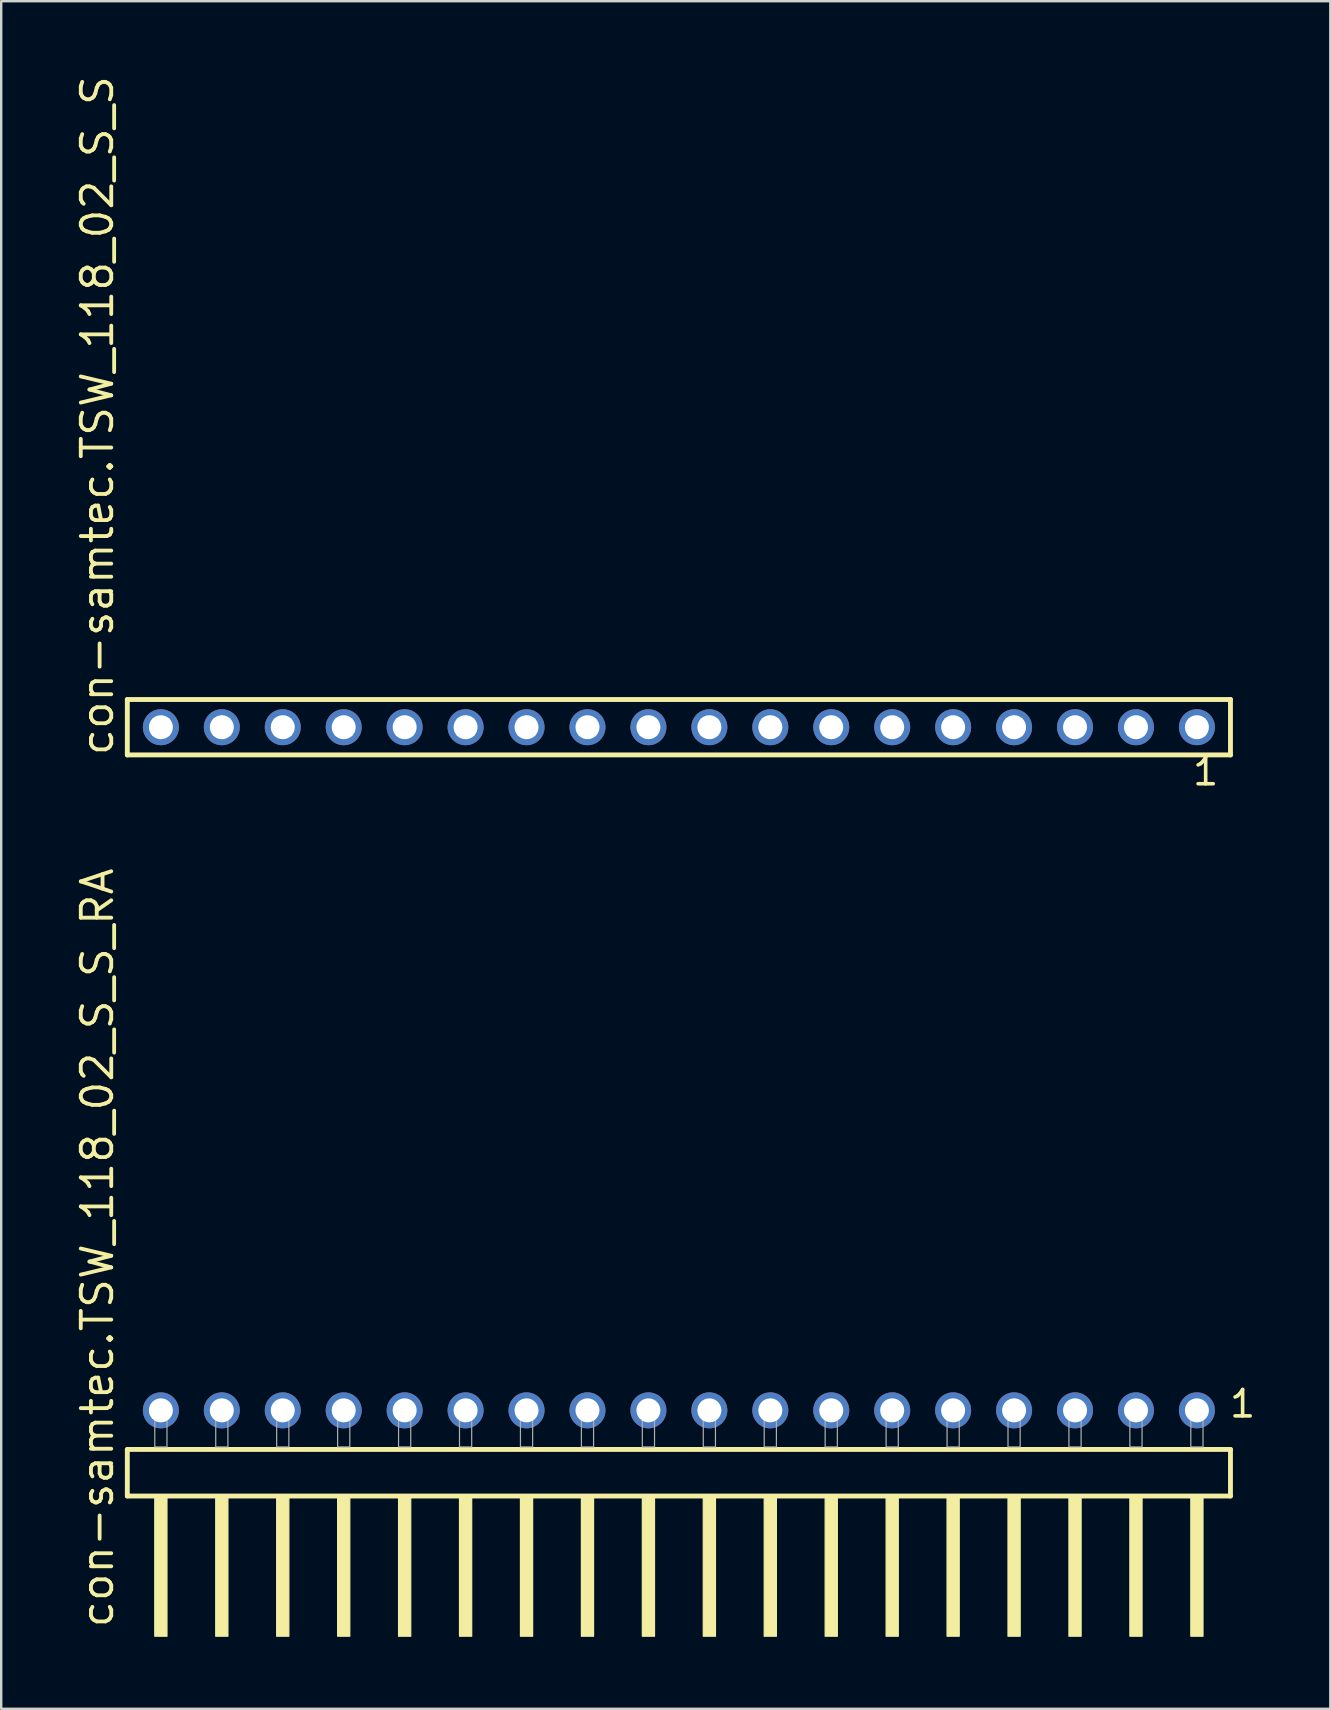
<source format=kicad_pcb>
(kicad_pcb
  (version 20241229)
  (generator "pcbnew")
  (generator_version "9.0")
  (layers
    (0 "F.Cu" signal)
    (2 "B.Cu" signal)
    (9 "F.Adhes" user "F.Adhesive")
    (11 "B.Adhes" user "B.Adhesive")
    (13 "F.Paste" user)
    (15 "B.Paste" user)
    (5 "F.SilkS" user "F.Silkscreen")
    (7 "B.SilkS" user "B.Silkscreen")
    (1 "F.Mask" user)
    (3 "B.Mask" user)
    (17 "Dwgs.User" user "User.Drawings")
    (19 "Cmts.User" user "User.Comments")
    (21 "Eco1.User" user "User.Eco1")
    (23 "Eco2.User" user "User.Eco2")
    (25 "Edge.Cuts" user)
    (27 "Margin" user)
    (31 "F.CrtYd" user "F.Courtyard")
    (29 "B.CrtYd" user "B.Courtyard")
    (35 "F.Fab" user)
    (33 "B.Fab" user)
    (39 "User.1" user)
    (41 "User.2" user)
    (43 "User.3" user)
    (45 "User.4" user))
  (footprint "con-samtec.TSW_118_02_S_S_RA"
    (layer "F.Cu")
    (at 25.245 57.255)
    (property "Reference" "con-samtec.TSW_118_02_S_S_RA" (at -23.495 7.62 90) (layer "F.SilkS") (effects (font (size 1.27 1.27) (thickness 0.16)) (justify left bottom)))
    (attr through_hole)
    (fp_line (start -22.989 0.106) (end -22.989 2.046) (stroke (width 0.203) (type default)) (layer "F.SilkS"))
    (fp_line (start -22.989 2.046) (end 22.989 2.046) (stroke (width 0.203) (type default)) (layer "F.SilkS"))
    (fp_line (start 22.989 0.106) (end -22.989 0.106) (stroke (width 0.203) (type default)) (layer "F.SilkS"))
    (fp_line (start 22.989 2.046) (end 22.989 0.106) (stroke (width 0.203) (type default)) (layer "F.SilkS"))
    (fp_rect (start -21.844 7.89) (end -21.336 2.04) (stroke (width 0.05) (type default)) (fill yes) (layer "F.SilkS"))
    (fp_rect (start -19.304 7.89) (end -18.796 2.04) (stroke (width 0.05) (type default)) (fill yes) (layer "F.SilkS"))
    (fp_rect (start -16.764 7.89) (end -16.256 2.04) (stroke (width 0.05) (type default)) (fill yes) (layer "F.SilkS"))
    (fp_rect (start -14.224 7.89) (end -13.716 2.04) (stroke (width 0.05) (type default)) (fill yes) (layer "F.SilkS"))
    (fp_rect (start -11.684 7.89) (end -11.176 2.04) (stroke (width 0.05) (type default)) (fill yes) (layer "F.SilkS"))
    (fp_rect (start -9.144 7.89) (end -8.636 2.04) (stroke (width 0.05) (type default)) (fill yes) (layer "F.SilkS"))
    (fp_rect (start -6.604 7.89) (end -6.096 2.04) (stroke (width 0.05) (type default)) (fill yes) (layer "F.SilkS"))
    (fp_rect (start -4.064 7.89) (end -3.556 2.04) (stroke (width 0.05) (type default)) (fill yes) (layer "F.SilkS"))
    (fp_rect (start -1.524 7.89) (end -1.016 2.04) (stroke (width 0.05) (type default)) (fill yes) (layer "F.SilkS"))
    (fp_rect (start 1.016 7.89) (end 1.524 2.04) (stroke (width 0.05) (type default)) (fill yes) (layer "F.SilkS"))
    (fp_rect (start 3.556 7.89) (end 4.064 2.04) (stroke (width 0.05) (type default)) (fill yes) (layer "F.SilkS"))
    (fp_rect (start 6.096 7.89) (end 6.604 2.04) (stroke (width 0.05) (type default)) (fill yes) (layer "F.SilkS"))
    (fp_rect (start 8.636 7.89) (end 9.144 2.04) (stroke (width 0.05) (type default)) (fill yes) (layer "F.SilkS"))
    (fp_rect (start 11.176 7.89) (end 11.684 2.04) (stroke (width 0.05) (type default)) (fill yes) (layer "F.SilkS"))
    (fp_rect (start 13.716 7.89) (end 14.224 2.04) (stroke (width 0.05) (type default)) (fill yes) (layer "F.SilkS"))
    (fp_rect (start 16.256 7.89) (end 16.764 2.04) (stroke (width 0.05) (type default)) (fill yes) (layer "F.SilkS"))
    (fp_rect (start 18.796 7.89) (end 19.304 2.04) (stroke (width 0.05) (type default)) (fill yes) (layer "F.SilkS"))
    (fp_rect (start 21.336 7.89) (end 21.844 2.04) (stroke (width 0.05) (type default)) (fill yes) (layer "F.SilkS"))
    (fp_rect (start -21.844 0) (end -21.336 -1.778) (stroke (width 0.05) (type default)) (fill no) (layer "F.Fab"))
    (fp_rect (start -19.304 0) (end -18.796 -1.778) (stroke (width 0.05) (type default)) (fill no) (layer "F.Fab"))
    (fp_rect (start -16.764 0) (end -16.256 -1.778) (stroke (width 0.05) (type default)) (fill no) (layer "F.Fab"))
    (fp_rect (start -14.224 0) (end -13.716 -1.778) (stroke (width 0.05) (type default)) (fill no) (layer "F.Fab"))
    (fp_rect (start -11.684 0) (end -11.176 -1.778) (stroke (width 0.05) (type default)) (fill no) (layer "F.Fab"))
    (fp_rect (start -9.144 0) (end -8.636 -1.778) (stroke (width 0.05) (type default)) (fill no) (layer "F.Fab"))
    (fp_rect (start -6.604 0) (end -6.096 -1.778) (stroke (width 0.05) (type default)) (fill no) (layer "F.Fab"))
    (fp_rect (start -4.064 0) (end -3.556 -1.778) (stroke (width 0.05) (type default)) (fill no) (layer "F.Fab"))
    (fp_rect (start -1.524 0) (end -1.016 -1.778) (stroke (width 0.05) (type default)) (fill no) (layer "F.Fab"))
    (fp_rect (start 1.016 0) (end 1.524 -1.778) (stroke (width 0.05) (type default)) (fill no) (layer "F.Fab"))
    (fp_rect (start 3.556 0) (end 4.064 -1.778) (stroke (width 0.05) (type default)) (fill no) (layer "F.Fab"))
    (fp_rect (start 6.096 0) (end 6.604 -1.778) (stroke (width 0.05) (type default)) (fill no) (layer "F.Fab"))
    (fp_rect (start 8.636 0) (end 9.144 -1.778) (stroke (width 0.05) (type default)) (fill no) (layer "F.Fab"))
    (fp_rect (start 11.176 0) (end 11.684 -1.778) (stroke (width 0.05) (type default)) (fill no) (layer "F.Fab"))
    (fp_rect (start 13.716 0) (end 14.224 -1.778) (stroke (width 0.05) (type default)) (fill no) (layer "F.Fab"))
    (fp_rect (start 16.256 0) (end 16.764 -1.778) (stroke (width 0.05) (type default)) (fill no) (layer "F.Fab"))
    (fp_rect (start 18.796 0) (end 19.304 -1.778) (stroke (width 0.05) (type default)) (fill no) (layer "F.Fab"))
    (fp_rect (start 21.336 0) (end 21.844 -1.778) (stroke (width 0.05) (type default)) (fill no) (layer "F.Fab"))
    (fp_text user "1" (at 22.872 -1.152 0) (layer "F.SilkS") (effects (font (size 1.1 1.1) (thickness 0.15)) (justify left bottom)))
    (pad "1" thru_hole circle (at 21.59 -1.524 180) (size 1.5 1.5) (drill 1) (layers "*.Cu" "*.Mask"))
    (pad "2" thru_hole circle (at 19.05 -1.524 180) (size 1.5 1.5) (drill 1) (layers "*.Cu" "*.Mask"))
    (pad "3" thru_hole circle (at 16.51 -1.524 180) (size 1.5 1.5) (drill 1) (layers "*.Cu" "*.Mask"))
    (pad "4" thru_hole circle (at 13.97 -1.524 180) (size 1.5 1.5) (drill 1) (layers "*.Cu" "*.Mask"))
    (pad "5" thru_hole circle (at 11.43 -1.524 180) (size 1.5 1.5) (drill 1) (layers "*.Cu" "*.Mask"))
    (pad "6" thru_hole circle (at 8.89 -1.524 180) (size 1.5 1.5) (drill 1) (layers "*.Cu" "*.Mask"))
    (pad "7" thru_hole circle (at 6.35 -1.524 180) (size 1.5 1.5) (drill 1) (layers "*.Cu" "*.Mask"))
    (pad "8" thru_hole circle (at 3.81 -1.524 180) (size 1.5 1.5) (drill 1) (layers "*.Cu" "*.Mask"))
    (pad "9" thru_hole circle (at 1.27 -1.524 180) (size 1.5 1.5) (drill 1) (layers "*.Cu" "*.Mask"))
    (pad "10" thru_hole circle (at -1.27 -1.524 180) (size 1.5 1.5) (drill 1) (layers "*.Cu" "*.Mask"))
    (pad "11" thru_hole circle (at -3.81 -1.524 180) (size 1.5 1.5) (drill 1) (layers "*.Cu" "*.Mask"))
    (pad "12" thru_hole circle (at -6.35 -1.524 180) (size 1.5 1.5) (drill 1) (layers "*.Cu" "*.Mask"))
    (pad "13" thru_hole circle (at -8.89 -1.524 180) (size 1.5 1.5) (drill 1) (layers "*.Cu" "*.Mask"))
    (pad "14" thru_hole circle (at -11.43 -1.524 180) (size 1.5 1.5) (drill 1) (layers "*.Cu" "*.Mask"))
    (pad "15" thru_hole circle (at -13.97 -1.524 180) (size 1.5 1.5) (drill 1) (layers "*.Cu" "*.Mask"))
    (pad "16" thru_hole circle (at -16.51 -1.524 180) (size 1.5 1.5) (drill 1) (layers "*.Cu" "*.Mask"))
    (pad "17" thru_hole circle (at -19.05 -1.524 180) (size 1.5 1.5) (drill 1) (layers "*.Cu" "*.Mask"))
    (pad "18" thru_hole circle (at -21.59 -1.524 180) (size 1.5 1.5) (drill 1) (layers "*.Cu" "*.Mask")))
  (footprint "con-samtec.TSW_118_02_S_S"
    (layer "F.Cu")
    (at 25.245 27.259)
    (property "Reference" "con-samtec.TSW_118_02_S_S" (at -23.495 1.27 90) (layer "F.SilkS") (effects (font (size 1.27 1.27) (thickness 0.16)) (justify left bottom)))
    (attr through_hole)
    (fp_line (start -22.989 -1.155) (end 22.989 -1.155) (stroke (width 0.203) (type default)) (layer "F.SilkS"))
    (fp_line (start -22.989 1.155) (end -22.989 -1.155) (stroke (width 0.203) (type default)) (layer "F.SilkS"))
    (fp_line (start 22.989 -1.155) (end 22.989 1.155) (stroke (width 0.203) (type default)) (layer "F.SilkS"))
    (fp_line (start 22.989 1.155) (end -22.989 1.155) (stroke (width 0.203) (type default)) (layer "F.SilkS"))
    (fp_rect (start -21.94 0.35) (end -21.24 -0.35) (stroke (width 0.05) (type default)) (fill no) (layer "F.Fab"))
    (fp_rect (start -19.4 0.35) (end -18.7 -0.35) (stroke (width 0.05) (type default)) (fill no) (layer "F.Fab"))
    (fp_rect (start -16.86 0.35) (end -16.16 -0.35) (stroke (width 0.05) (type default)) (fill no) (layer "F.Fab"))
    (fp_rect (start -14.32 0.35) (end -13.62 -0.35) (stroke (width 0.05) (type default)) (fill no) (layer "F.Fab"))
    (fp_rect (start -11.78 0.35) (end -11.08 -0.35) (stroke (width 0.05) (type default)) (fill no) (layer "F.Fab"))
    (fp_rect (start -9.24 0.35) (end -8.54 -0.35) (stroke (width 0.05) (type default)) (fill no) (layer "F.Fab"))
    (fp_rect (start -6.7 0.35) (end -6 -0.35) (stroke (width 0.05) (type default)) (fill no) (layer "F.Fab"))
    (fp_rect (start -4.16 0.35) (end -3.46 -0.35) (stroke (width 0.05) (type default)) (fill no) (layer "F.Fab"))
    (fp_rect (start -1.62 0.35) (end -0.92 -0.35) (stroke (width 0.05) (type default)) (fill no) (layer "F.Fab"))
    (fp_rect (start 0.92 0.35) (end 1.62 -0.35) (stroke (width 0.05) (type default)) (fill no) (layer "F.Fab"))
    (fp_rect (start 3.46 0.35) (end 4.16 -0.35) (stroke (width 0.05) (type default)) (fill no) (layer "F.Fab"))
    (fp_rect (start 6 0.35) (end 6.7 -0.35) (stroke (width 0.05) (type default)) (fill no) (layer "F.Fab"))
    (fp_rect (start 8.54 0.35) (end 9.24 -0.35) (stroke (width 0.05) (type default)) (fill no) (layer "F.Fab"))
    (fp_rect (start 11.08 0.35) (end 11.78 -0.35) (stroke (width 0.05) (type default)) (fill no) (layer "F.Fab"))
    (fp_rect (start 13.62 0.35) (end 14.32 -0.35) (stroke (width 0.05) (type default)) (fill no) (layer "F.Fab"))
    (fp_rect (start 16.16 0.35) (end 16.86 -0.35) (stroke (width 0.05) (type default)) (fill no) (layer "F.Fab"))
    (fp_rect (start 18.7 0.35) (end 19.4 -0.35) (stroke (width 0.05) (type default)) (fill no) (layer "F.Fab"))
    (fp_rect (start 21.24 0.35) (end 21.94 -0.35) (stroke (width 0.05) (type default)) (fill no) (layer "F.Fab"))
    (fp_text user "1" (at 21.332 2.498 0) (layer "F.SilkS") (effects (font (size 1.1 1.1) (thickness 0.15)) (justify left bottom)))
    (pad "1" thru_hole circle (at 21.59 0 180) (size 1.5 1.5) (drill 1) (layers "*.Cu" "*.Mask"))
    (pad "2" thru_hole circle (at 19.05 0 180) (size 1.5 1.5) (drill 1) (layers "*.Cu" "*.Mask"))
    (pad "3" thru_hole circle (at 16.51 0 180) (size 1.5 1.5) (drill 1) (layers "*.Cu" "*.Mask"))
    (pad "4" thru_hole circle (at 13.97 0 180) (size 1.5 1.5) (drill 1) (layers "*.Cu" "*.Mask"))
    (pad "5" thru_hole circle (at 11.43 0 180) (size 1.5 1.5) (drill 1) (layers "*.Cu" "*.Mask"))
    (pad "6" thru_hole circle (at 8.89 0 180) (size 1.5 1.5) (drill 1) (layers "*.Cu" "*.Mask"))
    (pad "7" thru_hole circle (at 6.35 0 180) (size 1.5 1.5) (drill 1) (layers "*.Cu" "*.Mask"))
    (pad "8" thru_hole circle (at 3.81 0 180) (size 1.5 1.5) (drill 1) (layers "*.Cu" "*.Mask"))
    (pad "9" thru_hole circle (at 1.27 0 180) (size 1.5 1.5) (drill 1) (layers "*.Cu" "*.Mask"))
    (pad "10" thru_hole circle (at -1.27 0 180) (size 1.5 1.5) (drill 1) (layers "*.Cu" "*.Mask"))
    (pad "11" thru_hole circle (at -3.81 0 180) (size 1.5 1.5) (drill 1) (layers "*.Cu" "*.Mask"))
    (pad "12" thru_hole circle (at -6.35 0 180) (size 1.5 1.5) (drill 1) (layers "*.Cu" "*.Mask"))
    (pad "13" thru_hole circle (at -8.89 0 180) (size 1.5 1.5) (drill 1) (layers "*.Cu" "*.Mask"))
    (pad "14" thru_hole circle (at -11.43 0 180) (size 1.5 1.5) (drill 1) (layers "*.Cu" "*.Mask"))
    (pad "15" thru_hole circle (at -13.97 0 180) (size 1.5 1.5) (drill 1) (layers "*.Cu" "*.Mask"))
    (pad "16" thru_hole circle (at -16.51 0 180) (size 1.5 1.5) (drill 1) (layers "*.Cu" "*.Mask"))
    (pad "17" thru_hole circle (at -19.05 0 180) (size 1.5 1.5) (drill 1) (layers "*.Cu" "*.Mask"))
    (pad "18" thru_hole circle (at -21.59 0 180) (size 1.5 1.5) (drill 1) (layers "*.Cu" "*.Mask")))
  (gr_rect
    (start -3 -3)
    (end 52.395 68.17)
    (stroke (width 0.1) (type default))
    (fill no)
    (layer "Edge.Cuts")))
</source>
